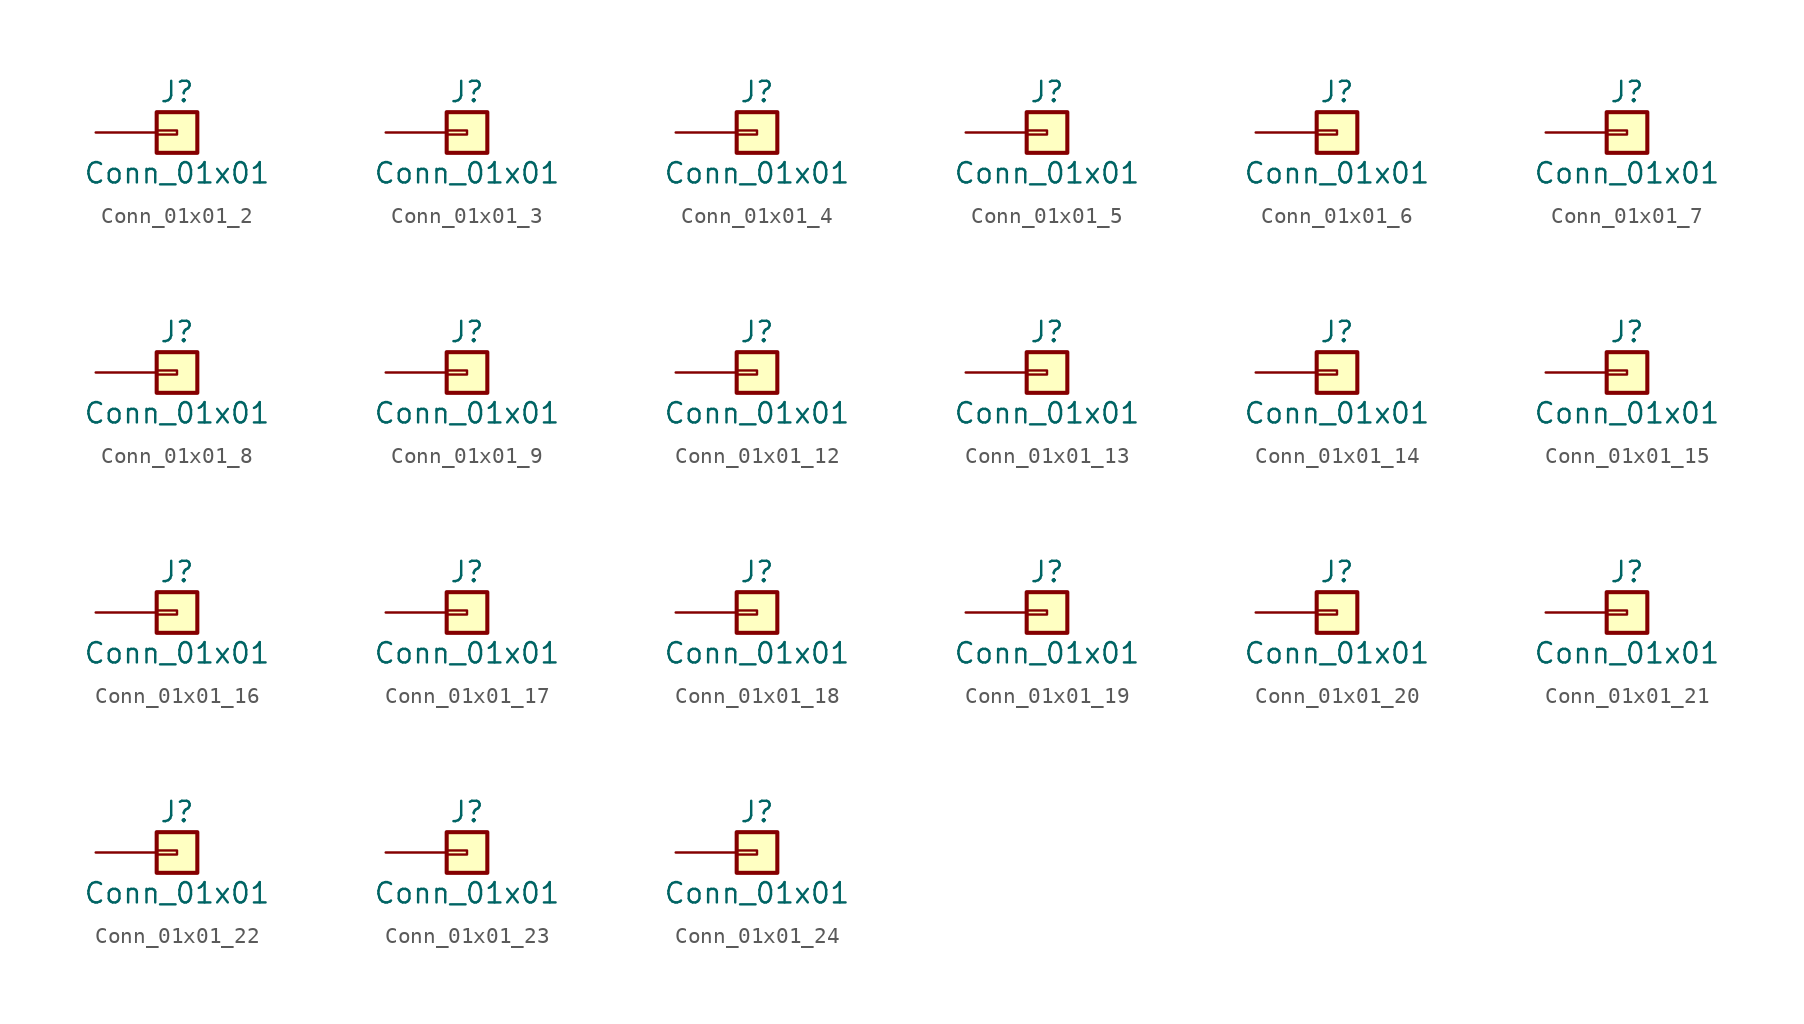
<source format=kicad_sym>
(kicad_symbol_lib
  (version 20241209)
  (generator "kicad_symbol_editor")
  (generator_version "9.0")
  (symbol "Conn_01x01_2"
    (pin_numbers
      (hide yes))
    (pin_names
      (offset 1.016)
      (hide yes))
    (property "Reference" "J"
      (at 0 2.54 0)
      (effects (font (size 1.27 1.27))))
    (property "Value" "Conn_01x01"
      (at 0 -2.54 0)
      (effects (font (size 1.27 1.27))))
    (symbol "Conn_01x01_2_1_1"
      (rectangle (start -1.27 1.27) (end 1.27 -1.27) (stroke (width 0.254) (type default)) (fill (type background)))
      (rectangle (start -1.27 0.127) (end 0 -0.127) (stroke (width 0.152) (type default)) (fill (type none)))
      (pin passive line (at -5.08 0 0) (length 3.81) (name "Pin_1" (effects (font (size 1.27 1.27)))) (number "1" (effects (font (size 1.27 1.27)))))))
  (symbol "Conn_01x01_3"
    (pin_numbers
      (hide yes))
    (pin_names
      (offset 1.016)
      (hide yes))
    (property "Reference" "J"
      (at 0 2.54 0)
      (effects (font (size 1.27 1.27))))
    (property "Value" "Conn_01x01"
      (at 0 -2.54 0)
      (effects (font (size 1.27 1.27))))
    (symbol "Conn_01x01_3_1_1"
      (rectangle (start -1.27 1.27) (end 1.27 -1.27) (stroke (width 0.254) (type default)) (fill (type background)))
      (rectangle (start -1.27 0.127) (end 0 -0.127) (stroke (width 0.152) (type default)) (fill (type none)))
      (pin passive line (at -5.08 0 0) (length 3.81) (name "Pin_1" (effects (font (size 1.27 1.27)))) (number "1" (effects (font (size 1.27 1.27)))))))
  (symbol "Conn_01x01_4"
    (pin_numbers
      (hide yes))
    (pin_names
      (offset 1.016)
      (hide yes))
    (property "Reference" "J"
      (at 0 2.54 0)
      (effects (font (size 1.27 1.27))))
    (property "Value" "Conn_01x01"
      (at 0 -2.54 0)
      (effects (font (size 1.27 1.27))))
    (symbol "Conn_01x01_4_1_1"
      (rectangle (start -1.27 1.27) (end 1.27 -1.27) (stroke (width 0.254) (type default)) (fill (type background)))
      (rectangle (start -1.27 0.127) (end 0 -0.127) (stroke (width 0.152) (type default)) (fill (type none)))
      (pin passive line (at -5.08 0 0) (length 3.81) (name "Pin_1" (effects (font (size 1.27 1.27)))) (number "1" (effects (font (size 1.27 1.27)))))))
  (symbol "Conn_01x01_5"
    (pin_numbers
      (hide yes))
    (pin_names
      (offset 1.016)
      (hide yes))
    (property "Reference" "J"
      (at 0 2.54 0)
      (effects (font (size 1.27 1.27))))
    (property "Value" "Conn_01x01"
      (at 0 -2.54 0)
      (effects (font (size 1.27 1.27))))
    (symbol "Conn_01x01_5_1_1"
      (rectangle (start -1.27 1.27) (end 1.27 -1.27) (stroke (width 0.254) (type default)) (fill (type background)))
      (rectangle (start -1.27 0.127) (end 0 -0.127) (stroke (width 0.152) (type default)) (fill (type none)))
      (pin passive line (at -5.08 0 0) (length 3.81) (name "Pin_1" (effects (font (size 1.27 1.27)))) (number "1" (effects (font (size 1.27 1.27)))))))
  (symbol "Conn_01x01_6"
    (pin_numbers
      (hide yes))
    (pin_names
      (offset 1.016)
      (hide yes))
    (property "Reference" "J"
      (at 0 2.54 0)
      (effects (font (size 1.27 1.27))))
    (property "Value" "Conn_01x01"
      (at 0 -2.54 0)
      (effects (font (size 1.27 1.27))))
    (symbol "Conn_01x01_6_1_1"
      (rectangle (start -1.27 1.27) (end 1.27 -1.27) (stroke (width 0.254) (type default)) (fill (type background)))
      (rectangle (start -1.27 0.127) (end 0 -0.127) (stroke (width 0.152) (type default)) (fill (type none)))
      (pin passive line (at -5.08 0 0) (length 3.81) (name "Pin_1" (effects (font (size 1.27 1.27)))) (number "1" (effects (font (size 1.27 1.27)))))))
  (symbol "Conn_01x01_7"
    (pin_numbers
      (hide yes))
    (pin_names
      (offset 1.016)
      (hide yes))
    (property "Reference" "J"
      (at 0 2.54 0)
      (effects (font (size 1.27 1.27))))
    (property "Value" "Conn_01x01"
      (at 0 -2.54 0)
      (effects (font (size 1.27 1.27))))
    (symbol "Conn_01x01_7_1_1"
      (rectangle (start -1.27 1.27) (end 1.27 -1.27) (stroke (width 0.254) (type default)) (fill (type background)))
      (rectangle (start -1.27 0.127) (end 0 -0.127) (stroke (width 0.152) (type default)) (fill (type none)))
      (pin passive line (at -5.08 0 0) (length 3.81) (name "Pin_1" (effects (font (size 1.27 1.27)))) (number "1" (effects (font (size 1.27 1.27)))))))
  (symbol "Conn_01x01_8"
    (pin_numbers
      (hide yes))
    (pin_names
      (offset 1.016)
      (hide yes))
    (property "Reference" "J"
      (at 0 2.54 0)
      (effects (font (size 1.27 1.27))))
    (property "Value" "Conn_01x01"
      (at 0 -2.54 0)
      (effects (font (size 1.27 1.27))))
    (symbol "Conn_01x01_8_1_1"
      (rectangle (start -1.27 1.27) (end 1.27 -1.27) (stroke (width 0.254) (type default)) (fill (type background)))
      (rectangle (start -1.27 0.127) (end 0 -0.127) (stroke (width 0.152) (type default)) (fill (type none)))
      (pin passive line (at -5.08 0 0) (length 3.81) (name "Pin_1" (effects (font (size 1.27 1.27)))) (number "1" (effects (font (size 1.27 1.27)))))))
  (symbol "Conn_01x01_9"
    (pin_numbers
      (hide yes))
    (pin_names
      (offset 1.016)
      (hide yes))
    (property "Reference" "J"
      (at 0 2.54 0)
      (effects (font (size 1.27 1.27))))
    (property "Value" "Conn_01x01"
      (at 0 -2.54 0)
      (effects (font (size 1.27 1.27))))
    (symbol "Conn_01x01_9_1_1"
      (rectangle (start -1.27 1.27) (end 1.27 -1.27) (stroke (width 0.254) (type default)) (fill (type background)))
      (rectangle (start -1.27 0.127) (end 0 -0.127) (stroke (width 0.152) (type default)) (fill (type none)))
      (pin passive line (at -5.08 0 0) (length 3.81) (name "Pin_1" (effects (font (size 1.27 1.27)))) (number "1" (effects (font (size 1.27 1.27)))))))
  (symbol "Conn_01x01_12"
    (pin_numbers
      (hide yes))
    (pin_names
      (offset 1.016)
      (hide yes))
    (property "Reference" "J"
      (at 0 2.54 0)
      (effects (font (size 1.27 1.27))))
    (property "Value" "Conn_01x01"
      (at 0 -2.54 0)
      (effects (font (size 1.27 1.27))))
    (symbol "Conn_01x01_12_1_1"
      (rectangle (start -1.27 1.27) (end 1.27 -1.27) (stroke (width 0.254) (type default)) (fill (type background)))
      (rectangle (start -1.27 0.127) (end 0 -0.127) (stroke (width 0.152) (type default)) (fill (type none)))
      (pin passive line (at -5.08 0 0) (length 3.81) (name "Pin_1" (effects (font (size 1.27 1.27)))) (number "1" (effects (font (size 1.27 1.27)))))))
  (symbol "Conn_01x01_13"
    (pin_numbers
      (hide yes))
    (pin_names
      (offset 1.016)
      (hide yes))
    (property "Reference" "J"
      (at 0 2.54 0)
      (effects (font (size 1.27 1.27))))
    (property "Value" "Conn_01x01"
      (at 0 -2.54 0)
      (effects (font (size 1.27 1.27))))
    (symbol "Conn_01x01_13_1_1"
      (rectangle (start -1.27 1.27) (end 1.27 -1.27) (stroke (width 0.254) (type default)) (fill (type background)))
      (rectangle (start -1.27 0.127) (end 0 -0.127) (stroke (width 0.152) (type default)) (fill (type none)))
      (pin passive line (at -5.08 0 0) (length 3.81) (name "Pin_1" (effects (font (size 1.27 1.27)))) (number "1" (effects (font (size 1.27 1.27)))))))
  (symbol "Conn_01x01_14"
    (pin_numbers
      (hide yes))
    (pin_names
      (offset 1.016)
      (hide yes))
    (property "Reference" "J"
      (at 0 2.54 0)
      (effects (font (size 1.27 1.27))))
    (property "Value" "Conn_01x01"
      (at 0 -2.54 0)
      (effects (font (size 1.27 1.27))))
    (symbol "Conn_01x01_14_1_1"
      (rectangle (start -1.27 1.27) (end 1.27 -1.27) (stroke (width 0.254) (type default)) (fill (type background)))
      (rectangle (start -1.27 0.127) (end 0 -0.127) (stroke (width 0.152) (type default)) (fill (type none)))
      (pin passive line (at -5.08 0 0) (length 3.81) (name "Pin_1" (effects (font (size 1.27 1.27)))) (number "1" (effects (font (size 1.27 1.27)))))))
  (symbol "Conn_01x01_15"
    (pin_numbers
      (hide yes))
    (pin_names
      (offset 1.016)
      (hide yes))
    (property "Reference" "J"
      (at 0 2.54 0)
      (effects (font (size 1.27 1.27))))
    (property "Value" "Conn_01x01"
      (at 0 -2.54 0)
      (effects (font (size 1.27 1.27))))
    (symbol "Conn_01x01_15_1_1"
      (rectangle (start -1.27 1.27) (end 1.27 -1.27) (stroke (width 0.254) (type default)) (fill (type background)))
      (rectangle (start -1.27 0.127) (end 0 -0.127) (stroke (width 0.152) (type default)) (fill (type none)))
      (pin passive line (at -5.08 0 0) (length 3.81) (name "Pin_1" (effects (font (size 1.27 1.27)))) (number "1" (effects (font (size 1.27 1.27)))))))
  (symbol "Conn_01x01_16"
    (pin_numbers
      (hide yes))
    (pin_names
      (offset 1.016)
      (hide yes))
    (property "Reference" "J"
      (at 0 2.54 0)
      (effects (font (size 1.27 1.27))))
    (property "Value" "Conn_01x01"
      (at 0 -2.54 0)
      (effects (font (size 1.27 1.27))))
    (symbol "Conn_01x01_16_1_1"
      (rectangle (start -1.27 1.27) (end 1.27 -1.27) (stroke (width 0.254) (type default)) (fill (type background)))
      (rectangle (start -1.27 0.127) (end 0 -0.127) (stroke (width 0.152) (type default)) (fill (type none)))
      (pin passive line (at -5.08 0 0) (length 3.81) (name "Pin_1" (effects (font (size 1.27 1.27)))) (number "1" (effects (font (size 1.27 1.27)))))))
  (symbol "Conn_01x01_17"
    (pin_numbers
      (hide yes))
    (pin_names
      (offset 1.016)
      (hide yes))
    (property "Reference" "J"
      (at 0 2.54 0)
      (effects (font (size 1.27 1.27))))
    (property "Value" "Conn_01x01"
      (at 0 -2.54 0)
      (effects (font (size 1.27 1.27))))
    (symbol "Conn_01x01_17_1_1"
      (rectangle (start -1.27 1.27) (end 1.27 -1.27) (stroke (width 0.254) (type default)) (fill (type background)))
      (rectangle (start -1.27 0.127) (end 0 -0.127) (stroke (width 0.152) (type default)) (fill (type none)))
      (pin passive line (at -5.08 0 0) (length 3.81) (name "Pin_1" (effects (font (size 1.27 1.27)))) (number "1" (effects (font (size 1.27 1.27)))))))
  (symbol "Conn_01x01_18"
    (pin_numbers
      (hide yes))
    (pin_names
      (offset 1.016)
      (hide yes))
    (property "Reference" "J"
      (at 0 2.54 0)
      (effects (font (size 1.27 1.27))))
    (property "Value" "Conn_01x01"
      (at 0 -2.54 0)
      (effects (font (size 1.27 1.27))))
    (symbol "Conn_01x01_18_1_1"
      (rectangle (start -1.27 1.27) (end 1.27 -1.27) (stroke (width 0.254) (type default)) (fill (type background)))
      (rectangle (start -1.27 0.127) (end 0 -0.127) (stroke (width 0.152) (type default)) (fill (type none)))
      (pin passive line (at -5.08 0 0) (length 3.81) (name "Pin_1" (effects (font (size 1.27 1.27)))) (number "1" (effects (font (size 1.27 1.27)))))))
  (symbol "Conn_01x01_19"
    (pin_numbers
      (hide yes))
    (pin_names
      (offset 1.016)
      (hide yes))
    (property "Reference" "J"
      (at 0 2.54 0)
      (effects (font (size 1.27 1.27))))
    (property "Value" "Conn_01x01"
      (at 0 -2.54 0)
      (effects (font (size 1.27 1.27))))
    (symbol "Conn_01x01_19_1_1"
      (rectangle (start -1.27 1.27) (end 1.27 -1.27) (stroke (width 0.254) (type default)) (fill (type background)))
      (rectangle (start -1.27 0.127) (end 0 -0.127) (stroke (width 0.152) (type default)) (fill (type none)))
      (pin passive line (at -5.08 0 0) (length 3.81) (name "Pin_1" (effects (font (size 1.27 1.27)))) (number "1" (effects (font (size 1.27 1.27)))))))
  (symbol "Conn_01x01_20"
    (pin_numbers
      (hide yes))
    (pin_names
      (offset 1.016)
      (hide yes))
    (property "Reference" "J"
      (at 0 2.54 0)
      (effects (font (size 1.27 1.27))))
    (property "Value" "Conn_01x01"
      (at 0 -2.54 0)
      (effects (font (size 1.27 1.27))))
    (symbol "Conn_01x01_20_1_1"
      (rectangle (start -1.27 1.27) (end 1.27 -1.27) (stroke (width 0.254) (type default)) (fill (type background)))
      (rectangle (start -1.27 0.127) (end 0 -0.127) (stroke (width 0.152) (type default)) (fill (type none)))
      (pin passive line (at -5.08 0 0) (length 3.81) (name "Pin_1" (effects (font (size 1.27 1.27)))) (number "1" (effects (font (size 1.27 1.27)))))))
  (symbol "Conn_01x01_21"
    (pin_numbers
      (hide yes))
    (pin_names
      (offset 1.016)
      (hide yes))
    (property "Reference" "J"
      (at 0 2.54 0)
      (effects (font (size 1.27 1.27))))
    (property "Value" "Conn_01x01"
      (at 0 -2.54 0)
      (effects (font (size 1.27 1.27))))
    (symbol "Conn_01x01_21_1_1"
      (rectangle (start -1.27 1.27) (end 1.27 -1.27) (stroke (width 0.254) (type default)) (fill (type background)))
      (rectangle (start -1.27 0.127) (end 0 -0.127) (stroke (width 0.152) (type default)) (fill (type none)))
      (pin passive line (at -5.08 0 0) (length 3.81) (name "Pin_1" (effects (font (size 1.27 1.27)))) (number "1" (effects (font (size 1.27 1.27)))))))
  (symbol "Conn_01x01_22"
    (pin_numbers
      (hide yes))
    (pin_names
      (offset 1.016)
      (hide yes))
    (property "Reference" "J"
      (at 0 2.54 0)
      (effects (font (size 1.27 1.27))))
    (property "Value" "Conn_01x01"
      (at 0 -2.54 0)
      (effects (font (size 1.27 1.27))))
    (symbol "Conn_01x01_22_1_1"
      (rectangle (start -1.27 1.27) (end 1.27 -1.27) (stroke (width 0.254) (type default)) (fill (type background)))
      (rectangle (start -1.27 0.127) (end 0 -0.127) (stroke (width 0.152) (type default)) (fill (type none)))
      (pin passive line (at -5.08 0 0) (length 3.81) (name "Pin_1" (effects (font (size 1.27 1.27)))) (number "1" (effects (font (size 1.27 1.27)))))))
  (symbol "Conn_01x01_23"
    (pin_numbers
      (hide yes))
    (pin_names
      (offset 1.016)
      (hide yes))
    (property "Reference" "J"
      (at 0 2.54 0)
      (effects (font (size 1.27 1.27))))
    (property "Value" "Conn_01x01"
      (at 0 -2.54 0)
      (effects (font (size 1.27 1.27))))
    (symbol "Conn_01x01_23_1_1"
      (rectangle (start -1.27 1.27) (end 1.27 -1.27) (stroke (width 0.254) (type default)) (fill (type background)))
      (rectangle (start -1.27 0.127) (end 0 -0.127) (stroke (width 0.152) (type default)) (fill (type none)))
      (pin passive line (at -5.08 0 0) (length 3.81) (name "Pin_1" (effects (font (size 1.27 1.27)))) (number "1" (effects (font (size 1.27 1.27)))))))
  (symbol "Conn_01x01_24"
    (pin_numbers
      (hide yes))
    (pin_names
      (offset 1.016)
      (hide yes))
    (property "Reference" "J"
      (at 0 2.54 0)
      (effects (font (size 1.27 1.27))))
    (property "Value" "Conn_01x01"
      (at 0 -2.54 0)
      (effects (font (size 1.27 1.27))))
    (symbol "Conn_01x01_24_1_1"
      (rectangle (start -1.27 1.27) (end 1.27 -1.27) (stroke (width 0.254) (type default)) (fill (type background)))
      (rectangle (start -1.27 0.127) (end 0 -0.127) (stroke (width 0.152) (type default)) (fill (type none)))
      (pin passive line (at -5.08 0 0) (length 3.81) (name "Pin_1" (effects (font (size 1.27 1.27)))) (number "1" (effects (font (size 1.27 1.27))))))))
</source>
